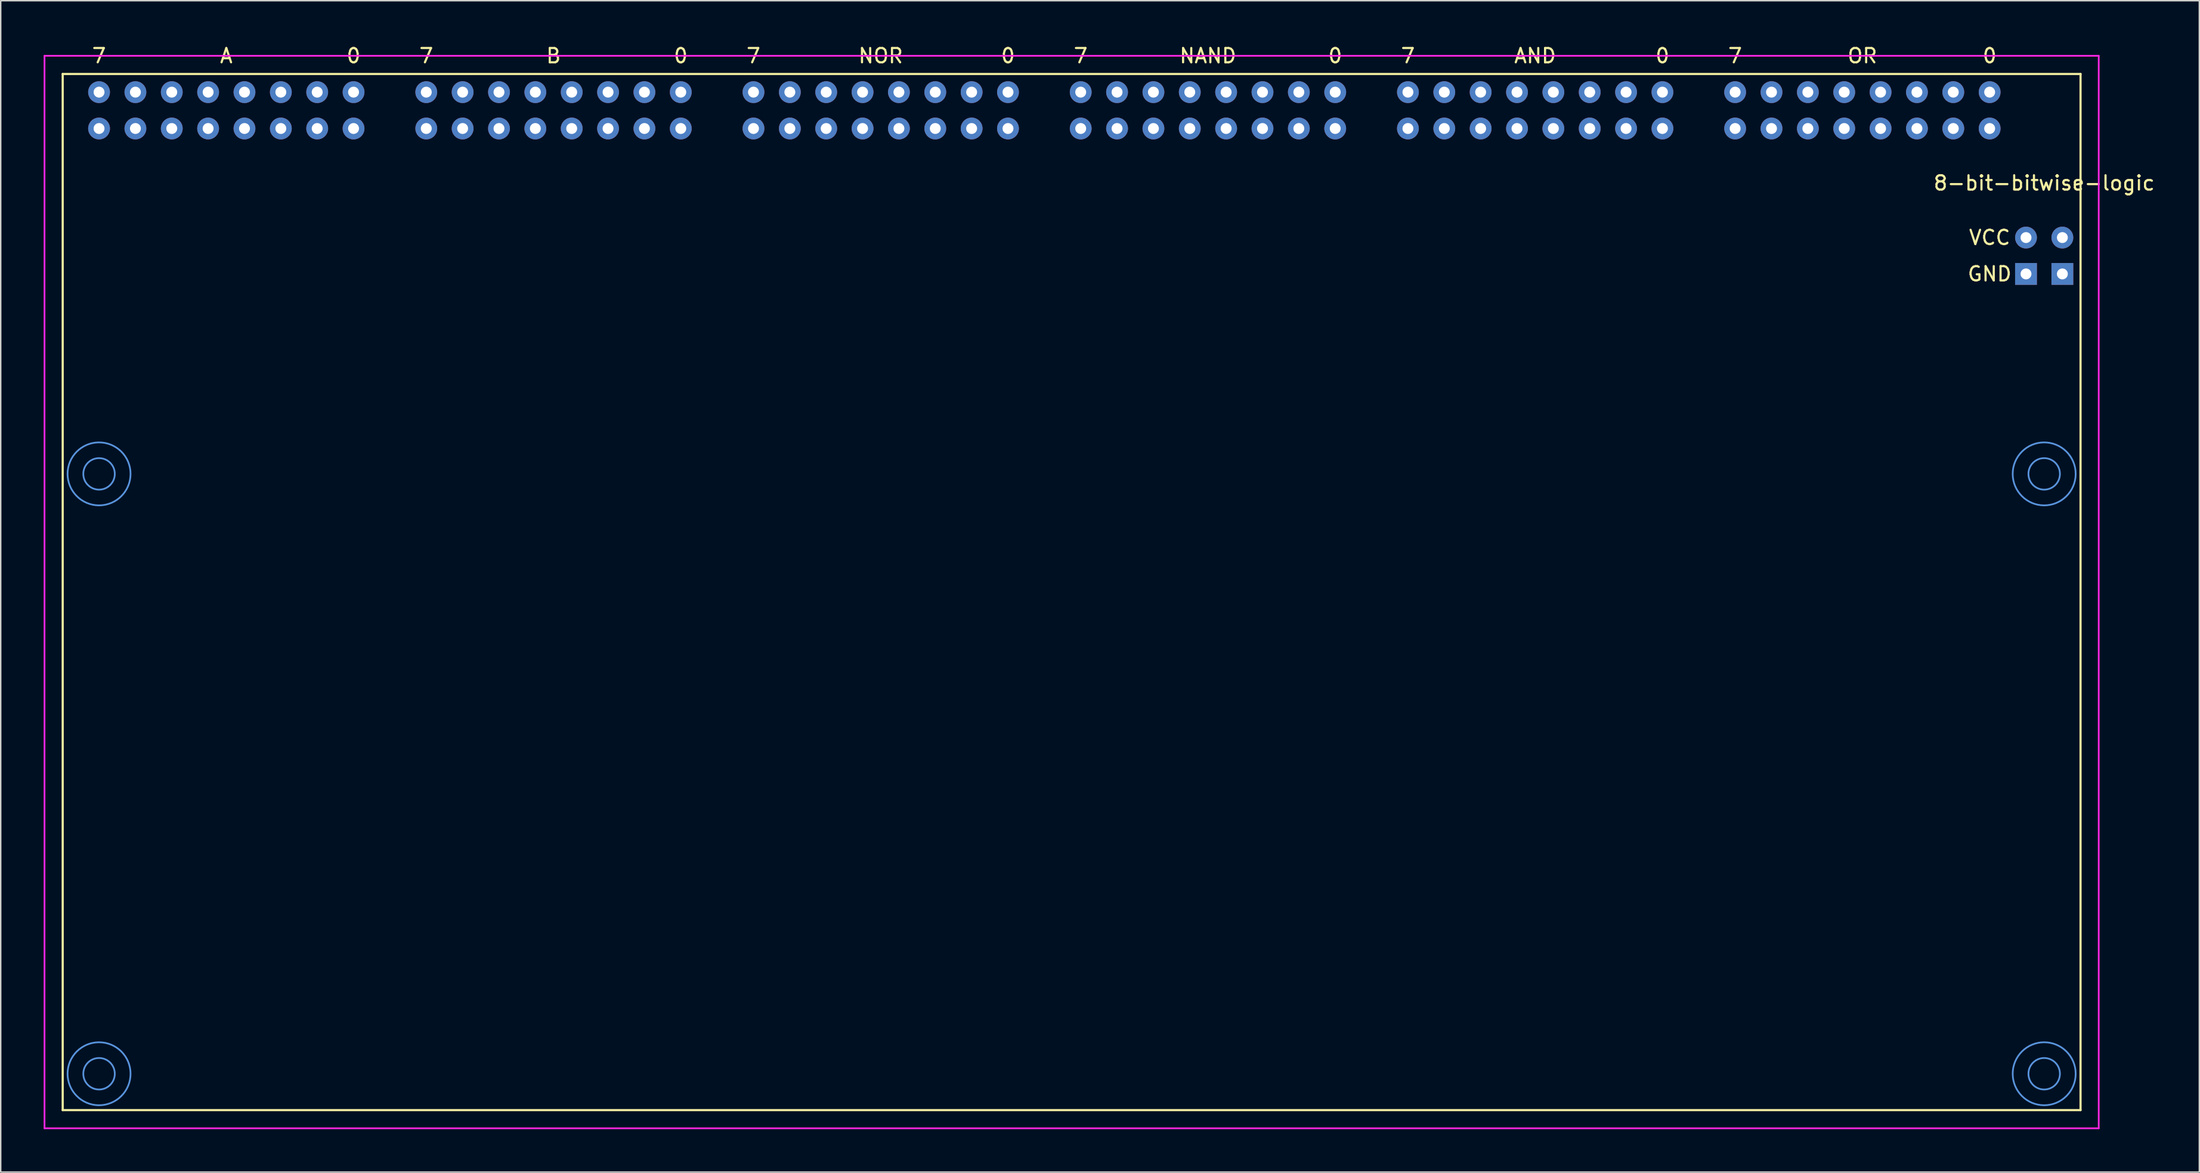
<source format=kicad_pcb>
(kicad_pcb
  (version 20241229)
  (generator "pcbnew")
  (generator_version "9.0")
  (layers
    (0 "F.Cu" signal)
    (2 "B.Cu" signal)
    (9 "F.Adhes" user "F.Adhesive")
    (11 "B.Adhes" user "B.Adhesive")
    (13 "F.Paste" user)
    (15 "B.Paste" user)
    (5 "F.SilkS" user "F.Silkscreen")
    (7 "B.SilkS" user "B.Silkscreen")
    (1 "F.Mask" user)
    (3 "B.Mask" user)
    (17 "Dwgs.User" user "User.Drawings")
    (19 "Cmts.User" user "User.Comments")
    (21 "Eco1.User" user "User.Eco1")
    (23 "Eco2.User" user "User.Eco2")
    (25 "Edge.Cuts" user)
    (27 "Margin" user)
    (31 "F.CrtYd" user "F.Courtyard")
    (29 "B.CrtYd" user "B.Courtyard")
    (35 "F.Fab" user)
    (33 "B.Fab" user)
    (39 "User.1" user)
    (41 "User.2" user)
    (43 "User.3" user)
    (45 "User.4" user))
  (footprint "8-bit-bitwise-logic"
    (layer "F.Cu")
    (at 3.87 3.388)
    (property "Reference" "8-bit-bitwise-logic" (at 135.89 6.35 0) (layer "F.SilkS") (effects (font (size 1 1) (thickness 0.15))))
    (attr through_hole)
    (fp_line (start -2.54 -1.27) (end 138.43 -1.27) (stroke (width 0.15) (type solid)) (layer "F.SilkS"))
    (fp_line (start -2.54 71.12) (end -2.54 -1.27) (stroke (width 0.15) (type solid)) (layer "F.SilkS"))
    (fp_line (start 138.43 -1.27) (end 138.43 71.12) (stroke (width 0.15) (type solid)) (layer "F.SilkS"))
    (fp_line (start 138.43 71.12) (end -2.54 71.12) (stroke (width 0.15) (type solid)) (layer "F.SilkS"))
    (fp_circle (center 0 26.67) (end 1.1 26.67) (stroke (width 0.12) (type solid)) (fill no) (layer "Cmts.User"))
    (fp_circle (center 0 26.67) (end 2.2 26.67) (stroke (width 0.12) (type solid)) (fill no) (layer "Cmts.User"))
    (fp_circle (center 0 68.58) (end 1.1 68.58) (stroke (width 0.12) (type solid)) (fill no) (layer "Cmts.User"))
    (fp_circle (center 0 68.58) (end 2.2 68.58) (stroke (width 0.12) (type solid)) (fill no) (layer "Cmts.User"))
    (fp_circle (center 135.89 26.67) (end 136.99 26.67) (stroke (width 0.12) (type solid)) (fill no) (layer "Cmts.User"))
    (fp_circle (center 135.89 26.67) (end 138.09 26.67) (stroke (width 0.12) (type solid)) (fill no) (layer "Cmts.User"))
    (fp_circle (center 135.89 68.58) (end 136.99 68.58) (stroke (width 0.12) (type solid)) (fill no) (layer "Cmts.User"))
    (fp_circle (center 135.89 68.58) (end 138.09 68.58) (stroke (width 0.12) (type solid)) (fill no) (layer "Cmts.User"))
    (fp_line (start -3.81 -2.54) (end 139.7 -2.54) (stroke (width 0.12) (type solid)) (layer "F.CrtYd"))
    (fp_line (start -3.81 72.39) (end -3.81 -2.54) (stroke (width 0.12) (type solid)) (layer "F.CrtYd"))
    (fp_line (start 139.7 -2.54) (end 139.7 72.39) (stroke (width 0.12) (type solid)) (layer "F.CrtYd"))
    (fp_line (start 139.7 72.39) (end -3.81 72.39) (stroke (width 0.12) (type solid)) (layer "F.CrtYd"))
    (fp_text user "0" (at 86.36 -2.54 0) (layer "F.SilkS") (effects (font (size 1 1) (thickness 0.15))))
    (fp_text user "0" (at 17.78 -2.54 0) (layer "F.SilkS") (effects (font (size 1 1) (thickness 0.15))))
    (fp_text user "GND" (at 132.08 12.7 0) (layer "F.SilkS") (effects (font (size 1 1) (thickness 0.15))))
    (fp_text user "OR" (at 123.19 -2.54 0) (layer "F.SilkS") (effects (font (size 1 1) (thickness 0.15))))
    (fp_text user "7" (at 114.3 -2.54 0) (layer "F.SilkS") (effects (font (size 1 1) (thickness 0.15))))
    (fp_text user "A" (at 8.89 -2.54 0) (layer "F.SilkS") (effects (font (size 1 1) (thickness 0.15))))
    (fp_text user "AND" (at 100.33 -2.54 0) (layer "F.SilkS") (effects (font (size 1 1) (thickness 0.15))))
    (fp_text user "NOR" (at 54.61 -2.54 0) (layer "F.SilkS") (effects (font (size 1 1) (thickness 0.15))))
    (fp_text user "0" (at 132.08 -2.54 0) (layer "F.SilkS") (effects (font (size 1 1) (thickness 0.15))))
    (fp_text user "7" (at 22.86 -2.54 0) (layer "F.SilkS") (effects (font (size 1 1) (thickness 0.15))))
    (fp_text user "7" (at 45.72 -2.54 0) (layer "F.SilkS") (effects (font (size 1 1) (thickness 0.15))))
    (fp_text user "VCC" (at 132.08 10.16 0) (layer "F.SilkS") (effects (font (size 1 1) (thickness 0.15))))
    (fp_text user "0" (at 109.22 -2.54 0) (layer "F.SilkS") (effects (font (size 1 1) (thickness 0.15))))
    (fp_text user "7" (at 91.44 -2.54 0) (layer "F.SilkS") (effects (font (size 1 1) (thickness 0.15))))
    (fp_text user "7" (at 68.58 -2.54 0) (layer "F.SilkS") (effects (font (size 1 1) (thickness 0.15))))
    (fp_text user "7" (at 0 -2.54 0) (layer "F.SilkS") (effects (font (size 1 1) (thickness 0.15))))
    (fp_text user "B" (at 31.75 -2.54 0) (layer "F.SilkS") (effects (font (size 1 1) (thickness 0.15))))
    (fp_text user "0" (at 63.5 -2.54 0) (layer "F.SilkS") (effects (font (size 1 1) (thickness 0.15))))
    (fp_text user "0" (at 40.64 -2.54 0) (layer "F.SilkS") (effects (font (size 1 1) (thickness 0.15))))
    (fp_text user "NAND" (at 77.47 -2.54 0) (layer "F.SilkS") (effects (font (size 1 1) (thickness 0.15))))
    (pad "1" thru_hole circle (at 0 0) (size 1.524 1.524) (drill 0.762) (layers "*.Cu" "*.Mask"))
    (pad "1" thru_hole circle (at 0 2.54) (size 1.524 1.524) (drill 0.762) (layers "*.Cu" "*.Mask"))
    (pad "2" thru_hole circle (at 2.54 0) (size 1.524 1.524) (drill 0.762) (layers "*.Cu" "*.Mask"))
    (pad "2" thru_hole circle (at 2.54 2.54) (size 1.524 1.524) (drill 0.762) (layers "*.Cu" "*.Mask"))
    (pad "3" thru_hole circle (at 5.08 0) (size 1.524 1.524) (drill 0.762) (layers "*.Cu" "*.Mask"))
    (pad "3" thru_hole circle (at 5.08 2.54) (size 1.524 1.524) (drill 0.762) (layers "*.Cu" "*.Mask"))
    (pad "4" thru_hole circle (at 7.62 0) (size 1.524 1.524) (drill 0.762) (layers "*.Cu" "*.Mask"))
    (pad "4" thru_hole circle (at 7.62 2.54) (size 1.524 1.524) (drill 0.762) (layers "*.Cu" "*.Mask"))
    (pad "5" thru_hole circle (at 10.16 0) (size 1.524 1.524) (drill 0.762) (layers "*.Cu" "*.Mask"))
    (pad "5" thru_hole circle (at 10.16 2.54) (size 1.524 1.524) (drill 0.762) (layers "*.Cu" "*.Mask"))
    (pad "6" thru_hole circle (at 12.7 0) (size 1.524 1.524) (drill 0.762) (layers "*.Cu" "*.Mask"))
    (pad "6" thru_hole circle (at 12.7 2.54) (size 1.524 1.524) (drill 0.762) (layers "*.Cu" "*.Mask"))
    (pad "7" thru_hole circle (at 15.24 0) (size 1.524 1.524) (drill 0.762) (layers "*.Cu" "*.Mask"))
    (pad "7" thru_hole circle (at 15.24 2.54) (size 1.524 1.524) (drill 0.762) (layers "*.Cu" "*.Mask"))
    (pad "8" thru_hole circle (at 17.78 0) (size 1.524 1.524) (drill 0.762) (layers "*.Cu" "*.Mask"))
    (pad "8" thru_hole circle (at 17.78 2.54) (size 1.524 1.524) (drill 0.762) (layers "*.Cu" "*.Mask"))
    (pad "9" thru_hole circle (at 22.86 0) (size 1.524 1.524) (drill 0.762) (layers "*.Cu" "*.Mask"))
    (pad "9" thru_hole circle (at 22.86 2.54) (size 1.524 1.524) (drill 0.762) (layers "*.Cu" "*.Mask"))
    (pad "10" thru_hole circle (at 25.4 0) (size 1.524 1.524) (drill 0.762) (layers "*.Cu" "*.Mask"))
    (pad "10" thru_hole circle (at 25.4 2.54) (size 1.524 1.524) (drill 0.762) (layers "*.Cu" "*.Mask"))
    (pad "11" thru_hole circle (at 27.94 0) (size 1.524 1.524) (drill 0.762) (layers "*.Cu" "*.Mask"))
    (pad "11" thru_hole circle (at 27.94 2.54) (size 1.524 1.524) (drill 0.762) (layers "*.Cu" "*.Mask"))
    (pad "12" thru_hole circle (at 30.48 0) (size 1.524 1.524) (drill 0.762) (layers "*.Cu" "*.Mask"))
    (pad "12" thru_hole circle (at 30.48 2.54) (size 1.524 1.524) (drill 0.762) (layers "*.Cu" "*.Mask"))
    (pad "13" thru_hole circle (at 33.02 0) (size 1.524 1.524) (drill 0.762) (layers "*.Cu" "*.Mask"))
    (pad "13" thru_hole circle (at 33.02 2.54) (size 1.524 1.524) (drill 0.762) (layers "*.Cu" "*.Mask"))
    (pad "14" thru_hole circle (at 35.56 0) (size 1.524 1.524) (drill 0.762) (layers "*.Cu" "*.Mask"))
    (pad "14" thru_hole circle (at 35.56 2.54) (size 1.524 1.524) (drill 0.762) (layers "*.Cu" "*.Mask"))
    (pad "15" thru_hole circle (at 38.1 0) (size 1.524 1.524) (drill 0.762) (layers "*.Cu" "*.Mask"))
    (pad "15" thru_hole circle (at 38.1 2.54) (size 1.524 1.524) (drill 0.762) (layers "*.Cu" "*.Mask"))
    (pad "16" thru_hole circle (at 40.64 0) (size 1.524 1.524) (drill 0.762) (layers "*.Cu" "*.Mask"))
    (pad "16" thru_hole circle (at 40.64 2.54) (size 1.524 1.524) (drill 0.762) (layers "*.Cu" "*.Mask"))
    (pad "17" thru_hole circle (at 45.72 0) (size 1.524 1.524) (drill 0.762) (layers "*.Cu" "*.Mask"))
    (pad "17" thru_hole circle (at 45.72 2.54) (size 1.524 1.524) (drill 0.762) (layers "*.Cu" "*.Mask"))
    (pad "18" thru_hole circle (at 48.26 0) (size 1.524 1.524) (drill 0.762) (layers "*.Cu" "*.Mask"))
    (pad "18" thru_hole circle (at 48.26 2.54) (size 1.524 1.524) (drill 0.762) (layers "*.Cu" "*.Mask"))
    (pad "19" thru_hole circle (at 50.8 0) (size 1.524 1.524) (drill 0.762) (layers "*.Cu" "*.Mask"))
    (pad "19" thru_hole circle (at 50.8 2.54) (size 1.524 1.524) (drill 0.762) (layers "*.Cu" "*.Mask"))
    (pad "20" thru_hole circle (at 53.34 0) (size 1.524 1.524) (drill 0.762) (layers "*.Cu" "*.Mask"))
    (pad "20" thru_hole circle (at 53.34 2.54) (size 1.524 1.524) (drill 0.762) (layers "*.Cu" "*.Mask"))
    (pad "21" thru_hole circle (at 55.88 0) (size 1.524 1.524) (drill 0.762) (layers "*.Cu" "*.Mask"))
    (pad "21" thru_hole circle (at 55.88 2.54) (size 1.524 1.524) (drill 0.762) (layers "*.Cu" "*.Mask"))
    (pad "22" thru_hole circle (at 58.42 0) (size 1.524 1.524) (drill 0.762) (layers "*.Cu" "*.Mask"))
    (pad "22" thru_hole circle (at 58.42 2.54) (size 1.524 1.524) (drill 0.762) (layers "*.Cu" "*.Mask"))
    (pad "23" thru_hole circle (at 60.96 0) (size 1.524 1.524) (drill 0.762) (layers "*.Cu" "*.Mask"))
    (pad "23" thru_hole circle (at 60.96 2.54) (size 1.524 1.524) (drill 0.762) (layers "*.Cu" "*.Mask"))
    (pad "24" thru_hole circle (at 63.5 0) (size 1.524 1.524) (drill 0.762) (layers "*.Cu" "*.Mask"))
    (pad "24" thru_hole circle (at 63.5 2.54) (size 1.524 1.524) (drill 0.762) (layers "*.Cu" "*.Mask"))
    (pad "25" thru_hole circle (at 68.58 0) (size 1.524 1.524) (drill 0.762) (layers "*.Cu" "*.Mask"))
    (pad "25" thru_hole circle (at 68.58 2.54) (size 1.524 1.524) (drill 0.762) (layers "*.Cu" "*.Mask"))
    (pad "26" thru_hole circle (at 71.12 0) (size 1.524 1.524) (drill 0.762) (layers "*.Cu" "*.Mask"))
    (pad "26" thru_hole circle (at 71.12 2.54) (size 1.524 1.524) (drill 0.762) (layers "*.Cu" "*.Mask"))
    (pad "27" thru_hole circle (at 73.66 0) (size 1.524 1.524) (drill 0.762) (layers "*.Cu" "*.Mask"))
    (pad "27" thru_hole circle (at 73.66 2.54) (size 1.524 1.524) (drill 0.762) (layers "*.Cu" "*.Mask"))
    (pad "28" thru_hole circle (at 76.2 0) (size 1.524 1.524) (drill 0.762) (layers "*.Cu" "*.Mask"))
    (pad "28" thru_hole circle (at 76.2 2.54) (size 1.524 1.524) (drill 0.762) (layers "*.Cu" "*.Mask"))
    (pad "29" thru_hole circle (at 78.74 0) (size 1.524 1.524) (drill 0.762) (layers "*.Cu" "*.Mask"))
    (pad "29" thru_hole circle (at 78.74 2.54) (size 1.524 1.524) (drill 0.762) (layers "*.Cu" "*.Mask"))
    (pad "30" thru_hole circle (at 81.28 0) (size 1.524 1.524) (drill 0.762) (layers "*.Cu" "*.Mask"))
    (pad "30" thru_hole circle (at 81.28 2.54) (size 1.524 1.524) (drill 0.762) (layers "*.Cu" "*.Mask"))
    (pad "31" thru_hole circle (at 83.82 0) (size 1.524 1.524) (drill 0.762) (layers "*.Cu" "*.Mask"))
    (pad "31" thru_hole circle (at 83.82 2.54) (size 1.524 1.524) (drill 0.762) (layers "*.Cu" "*.Mask"))
    (pad "32" thru_hole circle (at 86.36 0) (size 1.524 1.524) (drill 0.762) (layers "*.Cu" "*.Mask"))
    (pad "32" thru_hole circle (at 86.36 2.54) (size 1.524 1.524) (drill 0.762) (layers "*.Cu" "*.Mask"))
    (pad "33" thru_hole circle (at 91.44 0) (size 1.524 1.524) (drill 0.762) (layers "*.Cu" "*.Mask"))
    (pad "33" thru_hole circle (at 91.44 2.54) (size 1.524 1.524) (drill 0.762) (layers "*.Cu" "*.Mask"))
    (pad "34" thru_hole circle (at 93.98 0) (size 1.524 1.524) (drill 0.762) (layers "*.Cu" "*.Mask"))
    (pad "34" thru_hole circle (at 93.98 2.54) (size 1.524 1.524) (drill 0.762) (layers "*.Cu" "*.Mask"))
    (pad "35" thru_hole circle (at 96.52 0) (size 1.524 1.524) (drill 0.762) (layers "*.Cu" "*.Mask"))
    (pad "35" thru_hole circle (at 96.52 2.54) (size 1.524 1.524) (drill 0.762) (layers "*.Cu" "*.Mask"))
    (pad "36" thru_hole circle (at 99.06 0) (size 1.524 1.524) (drill 0.762) (layers "*.Cu" "*.Mask"))
    (pad "36" thru_hole circle (at 99.06 2.54) (size 1.524 1.524) (drill 0.762) (layers "*.Cu" "*.Mask"))
    (pad "37" thru_hole circle (at 101.6 0) (size 1.524 1.524) (drill 0.762) (layers "*.Cu" "*.Mask"))
    (pad "37" thru_hole circle (at 101.6 2.54) (size 1.524 1.524) (drill 0.762) (layers "*.Cu" "*.Mask"))
    (pad "38" thru_hole circle (at 104.14 0) (size 1.524 1.524) (drill 0.762) (layers "*.Cu" "*.Mask"))
    (pad "38" thru_hole circle (at 104.14 2.54) (size 1.524 1.524) (drill 0.762) (layers "*.Cu" "*.Mask"))
    (pad "39" thru_hole circle (at 106.68 0) (size 1.524 1.524) (drill 0.762) (layers "*.Cu" "*.Mask"))
    (pad "39" thru_hole circle (at 106.68 2.54) (size 1.524 1.524) (drill 0.762) (layers "*.Cu" "*.Mask"))
    (pad "40" thru_hole circle (at 109.22 0) (size 1.524 1.524) (drill 0.762) (layers "*.Cu" "*.Mask"))
    (pad "40" thru_hole circle (at 109.22 2.54) (size 1.524 1.524) (drill 0.762) (layers "*.Cu" "*.Mask"))
    (pad "41" thru_hole circle (at 114.3 0) (size 1.524 1.524) (drill 0.762) (layers "*.Cu" "*.Mask"))
    (pad "41" thru_hole circle (at 114.3 2.54) (size 1.524 1.524) (drill 0.762) (layers "*.Cu" "*.Mask"))
    (pad "42" thru_hole circle (at 116.84 0) (size 1.524 1.524) (drill 0.762) (layers "*.Cu" "*.Mask"))
    (pad "42" thru_hole circle (at 116.84 2.54) (size 1.524 1.524) (drill 0.762) (layers "*.Cu" "*.Mask"))
    (pad "43" thru_hole circle (at 119.38 0 90) (size 1.524 1.524) (drill 0.762) (layers "*.Cu" "*.Mask"))
    (pad "43" thru_hole circle (at 119.38 2.54 90) (size 1.524 1.524) (drill 0.762) (layers "*.Cu" "*.Mask"))
    (pad "44" thru_hole circle (at 121.92 0 90) (size 1.524 1.524) (drill 0.762) (layers "*.Cu" "*.Mask"))
    (pad "44" thru_hole circle (at 121.92 2.54 90) (size 1.524 1.524) (drill 0.762) (layers "*.Cu" "*.Mask"))
    (pad "45" thru_hole circle (at 124.46 0) (size 1.524 1.524) (drill 0.762) (layers "*.Cu" "*.Mask"))
    (pad "45" thru_hole circle (at 124.46 2.54) (size 1.524 1.524) (drill 0.762) (layers "*.Cu" "*.Mask"))
    (pad "46" thru_hole circle (at 127 0) (size 1.524 1.524) (drill 0.762) (layers "*.Cu" "*.Mask"))
    (pad "46" thru_hole circle (at 127 2.54) (size 1.524 1.524) (drill 0.762) (layers "*.Cu" "*.Mask"))
    (pad "47" thru_hole circle (at 129.54 0) (size 1.524 1.524) (drill 0.762) (layers "*.Cu" "*.Mask"))
    (pad "47" thru_hole circle (at 129.54 2.54) (size 1.524 1.524) (drill 0.762) (layers "*.Cu" "*.Mask"))
    (pad "48" thru_hole circle (at 132.08 0) (size 1.524 1.524) (drill 0.762) (layers "*.Cu" "*.Mask"))
    (pad "48" thru_hole circle (at 132.08 2.54) (size 1.524 1.524) (drill 0.762) (layers "*.Cu" "*.Mask"))
    (pad "49" thru_hole circle (at 134.62 10.16) (size 1.524 1.524) (drill 0.762) (layers "*.Cu" "*.Mask"))
    (pad "49" thru_hole circle (at 137.16 10.16) (size 1.524 1.524) (drill 0.762) (layers "*.Cu" "*.Mask"))
    (pad "50" thru_hole rect (at 134.62 12.7) (size 1.524 1.524) (drill 0.762) (layers "*.Cu" "*.Mask"))
    (pad "50" thru_hole rect (at 137.16 12.7) (size 1.524 1.524) (drill 0.762) (layers "*.Cu" "*.Mask")))
  (gr_rect
    (start -3 -3)
    (end 150.599 78.838)
    (stroke (width 0.1) (type default))
    (fill no)
    (layer "Edge.Cuts")))
</source>
